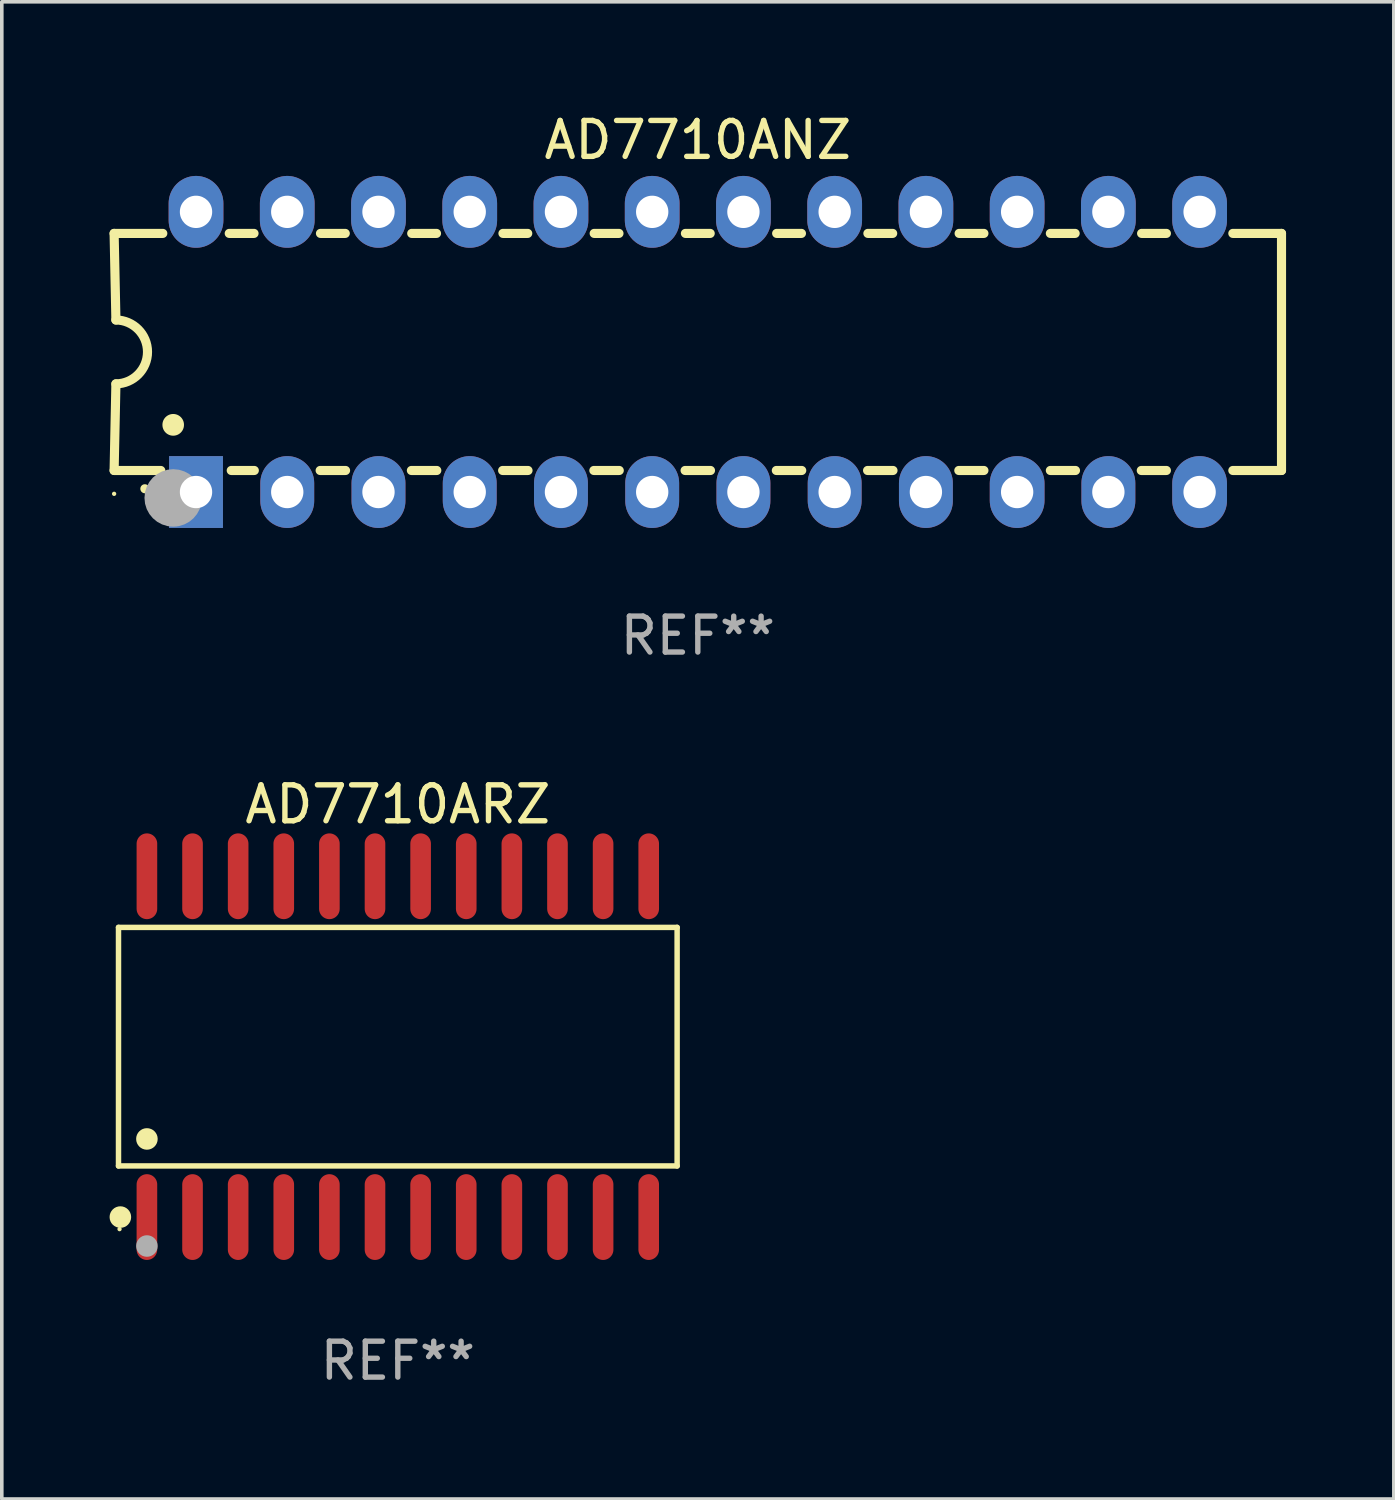
<source format=kicad_pcb>
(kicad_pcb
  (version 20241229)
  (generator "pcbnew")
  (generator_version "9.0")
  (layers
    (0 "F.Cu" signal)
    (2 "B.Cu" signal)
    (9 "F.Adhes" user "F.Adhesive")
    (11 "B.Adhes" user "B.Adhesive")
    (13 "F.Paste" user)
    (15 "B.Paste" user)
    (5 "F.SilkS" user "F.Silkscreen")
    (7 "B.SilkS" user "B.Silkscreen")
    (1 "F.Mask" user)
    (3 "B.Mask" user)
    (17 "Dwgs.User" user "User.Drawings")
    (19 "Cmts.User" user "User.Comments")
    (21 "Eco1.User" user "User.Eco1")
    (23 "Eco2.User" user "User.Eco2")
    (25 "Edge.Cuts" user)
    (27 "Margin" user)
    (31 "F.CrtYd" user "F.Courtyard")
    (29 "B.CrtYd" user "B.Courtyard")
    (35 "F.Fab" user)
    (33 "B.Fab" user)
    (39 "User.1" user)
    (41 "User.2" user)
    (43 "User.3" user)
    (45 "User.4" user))
  (footprint "AD7710ARZ"
    (layer "F.Cu")
    (at 8.025 26.089)
    (property "Reference" "AD7710ARZ" (at 0 -6.744 0) (layer "F.SilkS") (effects (font (size 1 1) (thickness 0.15))))
    (attr through_hole)
    (fp_line (start -7.776 -3.321) (end 7.776 -3.321) (stroke (width 0.152) (type solid)) (layer "F.SilkS"))
    (fp_line (start -7.776 3.321) (end -7.776 -3.321) (stroke (width 0.152) (type solid)) (layer "F.SilkS"))
    (fp_line (start 7.776 -3.321) (end 7.776 3.321) (stroke (width 0.152) (type solid)) (layer "F.SilkS"))
    (fp_line (start 7.776 3.321) (end -7.776 3.321) (stroke (width 0.152) (type solid)) (layer "F.SilkS"))
    (fp_circle (center -7.747 5.08) (end -7.717 5.08) (stroke (width 0.06) (type solid)) (fill no) (layer "F.SilkS"))
    (fp_circle (center -7.724 4.744) (end -7.574 4.744) (stroke (width 0.3) (type solid)) (fill no) (layer "F.SilkS"))
    (fp_circle (center -6.985 2.569) (end -6.835 2.569) (stroke (width 0.3) (type solid)) (fill no) (layer "F.SilkS"))
    (fp_circle (center -6.985 5.55) (end -6.835 5.55) (stroke (width 0.3) (type solid)) (fill no) (layer "F.Fab"))
    (fp_text user "REF**" (at 0 8.744 0) (layer "F.Fab") (effects (font (size 1 1) (thickness 0.15))))
    (pad "1" smd oval (at -6.985 4.744) (size 0.574 2.388) (layers "F.Cu" "F.Mask" "F.Paste"))
    (pad "2" smd oval (at -5.715 4.744) (size 0.574 2.388) (layers "F.Cu" "F.Mask" "F.Paste"))
    (pad "3" smd oval (at -4.445 4.744) (size 0.574 2.388) (layers "F.Cu" "F.Mask" "F.Paste"))
    (pad "4" smd oval (at -3.175 4.744) (size 0.574 2.388) (layers "F.Cu" "F.Mask" "F.Paste"))
    (pad "5" smd oval (at -1.905 4.744) (size 0.574 2.388) (layers "F.Cu" "F.Mask" "F.Paste"))
    (pad "6" smd oval (at -0.635 4.744) (size 0.574 2.388) (layers "F.Cu" "F.Mask" "F.Paste"))
    (pad "7" smd oval (at 0.635 4.744) (size 0.574 2.388) (layers "F.Cu" "F.Mask" "F.Paste"))
    (pad "8" smd oval (at 1.905 4.744) (size 0.574 2.388) (layers "F.Cu" "F.Mask" "F.Paste"))
    (pad "9" smd oval (at 3.175 4.744) (size 0.574 2.388) (layers "F.Cu" "F.Mask" "F.Paste"))
    (pad "10" smd oval (at 4.445 4.744) (size 0.574 2.388) (layers "F.Cu" "F.Mask" "F.Paste"))
    (pad "11" smd oval (at 5.715 4.744) (size 0.574 2.388) (layers "F.Cu" "F.Mask" "F.Paste"))
    (pad "12" smd oval (at 6.985 4.744) (size 0.574 2.388) (layers "F.Cu" "F.Mask" "F.Paste"))
    (pad "13" smd oval (at 6.985 -4.744) (size 0.574 2.388) (layers "F.Cu" "F.Mask" "F.Paste"))
    (pad "14" smd oval (at 5.715 -4.744) (size 0.574 2.388) (layers "F.Cu" "F.Mask" "F.Paste"))
    (pad "15" smd oval (at 4.445 -4.744) (size 0.574 2.388) (layers "F.Cu" "F.Mask" "F.Paste"))
    (pad "16" smd oval (at 3.175 -4.744) (size 0.574 2.388) (layers "F.Cu" "F.Mask" "F.Paste"))
    (pad "17" smd oval (at 1.905 -4.744) (size 0.574 2.388) (layers "F.Cu" "F.Mask" "F.Paste"))
    (pad "18" smd oval (at 0.635 -4.744) (size 0.574 2.388) (layers "F.Cu" "F.Mask" "F.Paste"))
    (pad "19" smd oval (at -0.635 -4.744) (size 0.574 2.388) (layers "F.Cu" "F.Mask" "F.Paste"))
    (pad "20" smd oval (at -1.905 -4.744) (size 0.574 2.388) (layers "F.Cu" "F.Mask" "F.Paste"))
    (pad "21" smd oval (at -3.175 -4.744) (size 0.574 2.388) (layers "F.Cu" "F.Mask" "F.Paste"))
    (pad "22" smd oval (at -4.445 -4.744) (size 0.574 2.388) (layers "F.Cu" "F.Mask" "F.Paste"))
    (pad "23" smd oval (at -5.715 -4.744) (size 0.574 2.388) (layers "F.Cu" "F.Mask" "F.Paste"))
    (pad "24" smd oval (at -6.985 -4.744) (size 0.574 2.388) (layers "F.Cu" "F.Mask" "F.Paste")))
  (footprint "AD7710ANZ"
    (layer "F.Cu")
    (at 16.377 6.748)
    (property "Reference" "AD7710ANZ" (at 0 -5.9 0) (layer "F.SilkS") (effects (font (size 1 1) (thickness 0.15))))
    (attr through_hole)
    (fp_line (start -16.25 -3.3) (end -16.2 -0.889) (stroke (width 0.254) (type solid)) (layer "F.SilkS"))
    (fp_line (start -16.25 -3.3) (end -14.895 -3.3) (stroke (width 0.254) (type solid)) (layer "F.SilkS"))
    (fp_line (start -16.25 3.3) (end -16.2 0.889) (stroke (width 0.254) (type solid)) (layer "F.SilkS"))
    (fp_line (start -16.25 3.3) (end -14.951 3.3) (stroke (width 0.254) (type solid)) (layer "F.SilkS"))
    (fp_line (start -13.045 -3.3) (end -12.355 -3.3) (stroke (width 0.254) (type solid)) (layer "F.SilkS"))
    (fp_line (start -12.989 3.3) (end -12.347 3.3) (stroke (width 0.254) (type solid)) (layer "F.SilkS"))
    (fp_line (start -10.514 3.3) (end -9.807 3.3) (stroke (width 0.254) (type solid)) (layer "F.SilkS"))
    (fp_line (start -10.505 -3.3) (end -9.815 -3.3) (stroke (width 0.254) (type solid)) (layer "F.SilkS"))
    (fp_line (start -7.974 3.3) (end -7.267 3.3) (stroke (width 0.254) (type solid)) (layer "F.SilkS"))
    (fp_line (start -7.965 -3.3) (end -7.275 -3.3) (stroke (width 0.254) (type solid)) (layer "F.SilkS"))
    (fp_line (start -5.434 3.3) (end -4.727 3.3) (stroke (width 0.254) (type solid)) (layer "F.SilkS"))
    (fp_line (start -5.425 -3.3) (end -4.735 -3.3) (stroke (width 0.254) (type solid)) (layer "F.SilkS"))
    (fp_line (start -2.894 3.3) (end -2.187 3.3) (stroke (width 0.254) (type solid)) (layer "F.SilkS"))
    (fp_line (start -2.885 -3.3) (end -2.195 -3.3) (stroke (width 0.254) (type solid)) (layer "F.SilkS"))
    (fp_line (start -0.354 3.3) (end 0.353 3.3) (stroke (width 0.254) (type solid)) (layer "F.SilkS"))
    (fp_line (start -0.345 -3.3) (end 0.345 -3.3) (stroke (width 0.254) (type solid)) (layer "F.SilkS"))
    (fp_line (start 2.186 3.3) (end 2.893 3.3) (stroke (width 0.254) (type solid)) (layer "F.SilkS"))
    (fp_line (start 2.195 -3.3) (end 2.885 -3.3) (stroke (width 0.254) (type solid)) (layer "F.SilkS"))
    (fp_line (start 4.726 3.3) (end 5.434 3.3) (stroke (width 0.254) (type solid)) (layer "F.SilkS"))
    (fp_line (start 4.735 -3.3) (end 5.425 -3.3) (stroke (width 0.254) (type solid)) (layer "F.SilkS"))
    (fp_line (start 7.266 3.3) (end 7.965 3.3) (stroke (width 0.254) (type solid)) (layer "F.SilkS"))
    (fp_line (start 7.275 -3.3) (end 7.965 -3.3) (stroke (width 0.254) (type solid)) (layer "F.SilkS"))
    (fp_line (start 9.815 -3.3) (end 10.505 -3.3) (stroke (width 0.254) (type solid)) (layer "F.SilkS"))
    (fp_line (start 9.815 3.3) (end 10.514 3.3) (stroke (width 0.254) (type solid)) (layer "F.SilkS"))
    (fp_line (start 12.346 3.3) (end 13.045 3.3) (stroke (width 0.254) (type solid)) (layer "F.SilkS"))
    (fp_line (start 12.355 -3.3) (end 13.045 -3.3) (stroke (width 0.254) (type solid)) (layer "F.SilkS"))
    (fp_line (start 16.25 -3.3) (end 14.895 -3.3) (stroke (width 0.254) (type solid)) (layer "F.SilkS"))
    (fp_line (start 16.25 -3.3) (end 16.25 3.3) (stroke (width 0.254) (type solid)) (layer "F.SilkS"))
    (fp_line (start 16.25 3.3) (end 14.895 3.3) (stroke (width 0.254) (type solid)) (layer "F.SilkS"))
    (fp_arc (start -16.201016 -0.890146) (mid -15.311429 -0.001055) (end -16.200025 0.889027) (stroke (width 0.254001) (type solid)) (layer "F.SilkS"))
    (fp_arc (start -15.394971 3.810033) (mid -15.394978 3.808763) (end -15.394971 3.807493) (stroke (width 0.25) (type solid)) (layer "F.SilkS"))
    (fp_arc (start -14.605029 2.032029) (mid -14.60504 2.029489) (end -14.605029 2.026949) (stroke (width 0.6) (type solid)) (layer "F.SilkS"))
    (fp_circle (center -16.25 3.95) (end -16.22 3.95) (stroke (width 0.06) (type solid)) (fill no) (layer "F.SilkS"))
    (fp_circle (center -14.605 4.064) (end -14.205 4.064) (stroke (width 0.8) (type solid)) (fill no) (layer "F.Fab"))
    (fp_text user "REF**" (at 0 7.9 0) (layer "F.Fab") (effects (font (size 1 1) (thickness 0.15))))
    (pad "1" thru_hole rect (at -13.97 3.9 90) (size 2 1.5) (drill 0.9) (layers "*.Cu" "*.Mask"))
    (pad "2" thru_hole oval (at -11.43 3.9 90) (size 2 1.5) (drill 0.9) (layers "*.Cu" "*.Mask"))
    (pad "3" thru_hole oval (at -8.89 3.9 90) (size 2 1.5) (drill 0.9) (layers "*.Cu" "*.Mask"))
    (pad "4" thru_hole oval (at -6.35 3.9 90) (size 2 1.5) (drill 0.9) (layers "*.Cu" "*.Mask"))
    (pad "5" thru_hole oval (at -3.81 3.9 90) (size 2 1.5) (drill 0.9) (layers "*.Cu" "*.Mask"))
    (pad "6" thru_hole oval (at -1.27 3.9 90) (size 2 1.5) (drill 0.9) (layers "*.Cu" "*.Mask"))
    (pad "7" thru_hole oval (at 1.27 3.9 90) (size 2 1.5) (drill 0.9) (layers "*.Cu" "*.Mask"))
    (pad "8" thru_hole oval (at 3.81 3.9 90) (size 2 1.5) (drill 0.9) (layers "*.Cu" "*.Mask"))
    (pad "9" thru_hole oval (at 6.35 3.9 90) (size 2 1.5) (drill 0.9) (layers "*.Cu" "*.Mask"))
    (pad "10" thru_hole oval (at 8.89 3.9 90) (size 2 1.524) (drill 0.9) (layers "*.Cu" "*.Mask"))
    (pad "11" thru_hole oval (at 11.43 3.9 90) (size 2 1.5) (drill 0.9) (layers "*.Cu" "*.Mask"))
    (pad "12" thru_hole oval (at 13.97 3.9 90) (size 2 1.524) (drill 0.9) (layers "*.Cu" "*.Mask"))
    (pad "13" thru_hole oval (at 13.97 -3.9 90) (size 2 1.524) (drill 0.9) (layers "*.Cu" "*.Mask"))
    (pad "14" thru_hole oval (at 11.43 -3.9 90) (size 2 1.524) (drill 0.9) (layers "*.Cu" "*.Mask"))
    (pad "15" thru_hole oval (at 8.89 -3.9 90) (size 2 1.524) (drill 0.9) (layers "*.Cu" "*.Mask"))
    (pad "16" thru_hole oval (at 6.35 -3.9 90) (size 2 1.524) (drill 0.9) (layers "*.Cu" "*.Mask"))
    (pad "17" thru_hole oval (at 3.81 -3.9 90) (size 2 1.524) (drill 0.9) (layers "*.Cu" "*.Mask"))
    (pad "18" thru_hole oval (at 1.27 -3.9 90) (size 2 1.524) (drill 0.9) (layers "*.Cu" "*.Mask"))
    (pad "19" thru_hole oval (at -1.27 -3.9 90) (size 2 1.524) (drill 0.9) (layers "*.Cu" "*.Mask"))
    (pad "20" thru_hole oval (at -3.81 -3.9 90) (size 2 1.524) (drill 0.9) (layers "*.Cu" "*.Mask"))
    (pad "21" thru_hole oval (at -6.35 -3.9 90) (size 2 1.524) (drill 0.9) (layers "*.Cu" "*.Mask"))
    (pad "22" thru_hole oval (at -8.89 -3.9 90) (size 2 1.524) (drill 0.9) (layers "*.Cu" "*.Mask"))
    (pad "23" thru_hole oval (at -11.43 -3.9 90) (size 2 1.524) (drill 0.9) (layers "*.Cu" "*.Mask"))
    (pad "24" thru_hole oval (at -13.97 -3.9 90) (size 2 1.524) (drill 0.9) (layers "*.Cu" "*.Mask")))
  (gr_rect
    (start -3 -3)
    (end 35.754 38.681)
    (stroke (width 0.1) (type default))
    (fill no)
    (layer "Edge.Cuts")))
</source>
